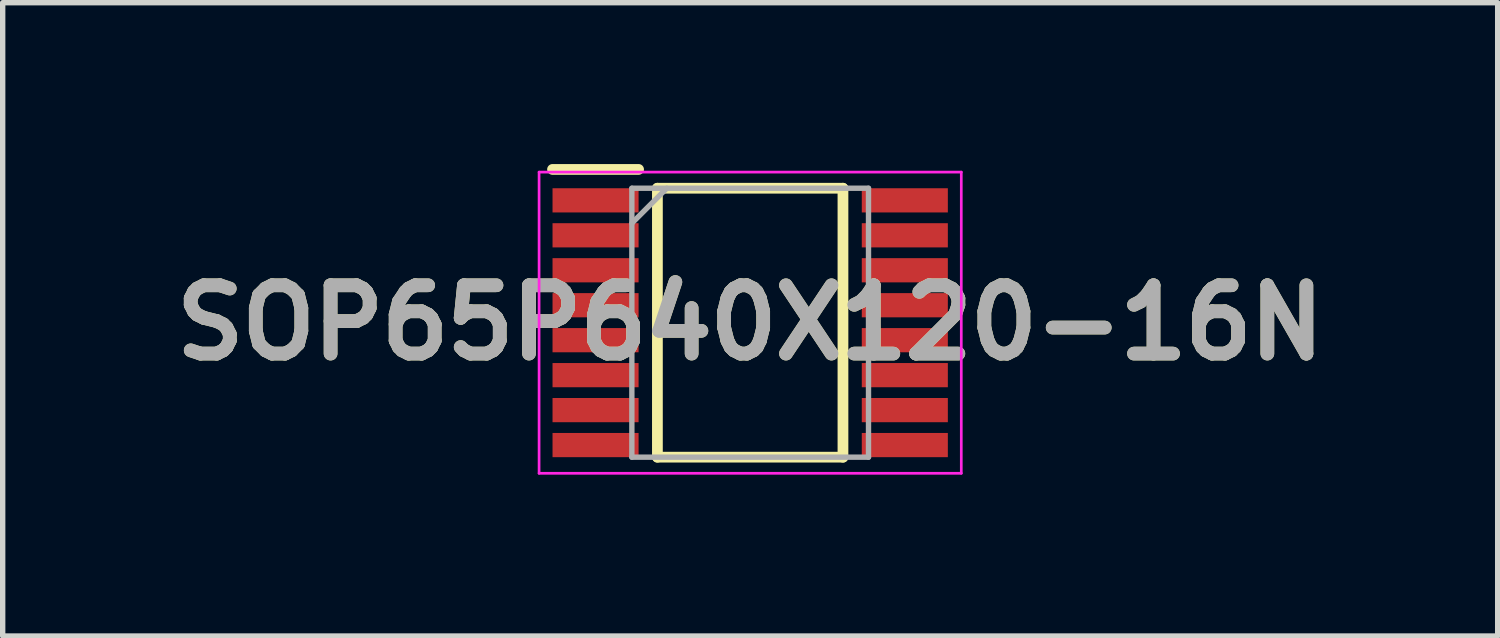
<source format=kicad_pcb>
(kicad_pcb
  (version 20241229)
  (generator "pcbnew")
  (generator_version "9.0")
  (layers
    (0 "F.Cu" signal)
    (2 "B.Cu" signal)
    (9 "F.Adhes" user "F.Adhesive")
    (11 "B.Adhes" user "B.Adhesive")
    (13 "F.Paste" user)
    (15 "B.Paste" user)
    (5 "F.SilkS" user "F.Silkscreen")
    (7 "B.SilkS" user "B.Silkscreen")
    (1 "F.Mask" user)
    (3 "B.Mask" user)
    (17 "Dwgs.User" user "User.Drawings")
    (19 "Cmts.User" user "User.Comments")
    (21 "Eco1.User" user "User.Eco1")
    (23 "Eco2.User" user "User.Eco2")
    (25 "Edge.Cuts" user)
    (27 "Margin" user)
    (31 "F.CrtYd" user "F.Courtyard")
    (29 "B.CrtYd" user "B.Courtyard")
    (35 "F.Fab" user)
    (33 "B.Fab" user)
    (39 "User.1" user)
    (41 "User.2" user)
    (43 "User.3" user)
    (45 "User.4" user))
  (footprint "SOP65P640X120-16N"
    (layer "F.Cu")
    (at 10.898 2.95)
    (property "Reference" "SOP65P640X120-16N" (at 0 0 0) (layer "F.SilkS") (effects (font (size 1.27 1.27) (thickness 0.254))))
    (attr smd)
    (fp_line (start -3.675 -2.85) (end -2.075 -2.85) (stroke (width 0.2) (type solid)) (layer "F.SilkS"))
    (fp_line (start -1.725 -2.5) (end 1.725 -2.5) (stroke (width 0.2) (type solid)) (layer "F.SilkS"))
    (fp_line (start -1.725 2.5) (end -1.725 -2.5) (stroke (width 0.2) (type solid)) (layer "F.SilkS"))
    (fp_line (start 1.725 -2.5) (end 1.725 2.5) (stroke (width 0.2) (type solid)) (layer "F.SilkS"))
    (fp_line (start 1.725 2.5) (end -1.725 2.5) (stroke (width 0.2) (type solid)) (layer "F.SilkS"))
    (fp_line (start -3.925 -2.8) (end 3.925 -2.8) (stroke (width 0.05) (type solid)) (layer "F.CrtYd"))
    (fp_line (start -3.925 2.8) (end -3.925 -2.8) (stroke (width 0.05) (type solid)) (layer "F.CrtYd"))
    (fp_line (start 3.925 -2.8) (end 3.925 2.8) (stroke (width 0.05) (type solid)) (layer "F.CrtYd"))
    (fp_line (start 3.925 2.8) (end -3.925 2.8) (stroke (width 0.05) (type solid)) (layer "F.CrtYd"))
    (fp_line (start -2.2 -2.5) (end 2.2 -2.5) (stroke (width 0.1) (type solid)) (layer "F.Fab"))
    (fp_line (start -2.2 -1.85) (end -1.55 -2.5) (stroke (width 0.1) (type solid)) (layer "F.Fab"))
    (fp_line (start -2.2 2.5) (end -2.2 -2.5) (stroke (width 0.1) (type solid)) (layer "F.Fab"))
    (fp_line (start 2.2 -2.5) (end 2.2 2.5) (stroke (width 0.1) (type solid)) (layer "F.Fab"))
    (fp_line (start 2.2 2.5) (end -2.2 2.5) (stroke (width 0.1) (type solid)) (layer "F.Fab"))
    (fp_text user "${REFERENCE}" (at 0 0 0) (layer "F.Fab") (effects (font (size 1.27 1.27) (thickness 0.254))))
    (pad "1" smd rect (at -2.875 -2.275 90) (size 0.45 1.6) (layers "F.Cu" "F.Mask" "F.Paste"))
    (pad "2" smd rect (at -2.875 -1.625 90) (size 0.45 1.6) (layers "F.Cu" "F.Mask" "F.Paste"))
    (pad "3" smd rect (at -2.875 -0.975 90) (size 0.45 1.6) (layers "F.Cu" "F.Mask" "F.Paste"))
    (pad "4" smd rect (at -2.875 -0.325 90) (size 0.45 1.6) (layers "F.Cu" "F.Mask" "F.Paste"))
    (pad "5" smd rect (at -2.875 0.325 90) (size 0.45 1.6) (layers "F.Cu" "F.Mask" "F.Paste"))
    (pad "6" smd rect (at -2.875 0.975 90) (size 0.45 1.6) (layers "F.Cu" "F.Mask" "F.Paste"))
    (pad "7" smd rect (at -2.875 1.625 90) (size 0.45 1.6) (layers "F.Cu" "F.Mask" "F.Paste"))
    (pad "8" smd rect (at -2.875 2.275 90) (size 0.45 1.6) (layers "F.Cu" "F.Mask" "F.Paste"))
    (pad "9" smd rect (at 2.875 2.275 90) (size 0.45 1.6) (layers "F.Cu" "F.Mask" "F.Paste"))
    (pad "10" smd rect (at 2.875 1.625 90) (size 0.45 1.6) (layers "F.Cu" "F.Mask" "F.Paste"))
    (pad "11" smd rect (at 2.875 0.975 90) (size 0.45 1.6) (layers "F.Cu" "F.Mask" "F.Paste"))
    (pad "12" smd rect (at 2.875 0.325 90) (size 0.45 1.6) (layers "F.Cu" "F.Mask" "F.Paste"))
    (pad "13" smd rect (at 2.875 -0.325 90) (size 0.45 1.6) (layers "F.Cu" "F.Mask" "F.Paste"))
    (pad "14" smd rect (at 2.875 -0.975 90) (size 0.45 1.6) (layers "F.Cu" "F.Mask" "F.Paste"))
    (pad "15" smd rect (at 2.875 -1.625 90) (size 0.45 1.6) (layers "F.Cu" "F.Mask" "F.Paste"))
    (pad "16" smd rect (at 2.875 -2.275 90) (size 0.45 1.6) (layers "F.Cu" "F.Mask" "F.Paste")))
  (gr_rect
    (start -3 -3)
    (end 24.796 8.775)
    (stroke (width 0.1) (type default))
    (fill no)
    (layer "Edge.Cuts")))
</source>
